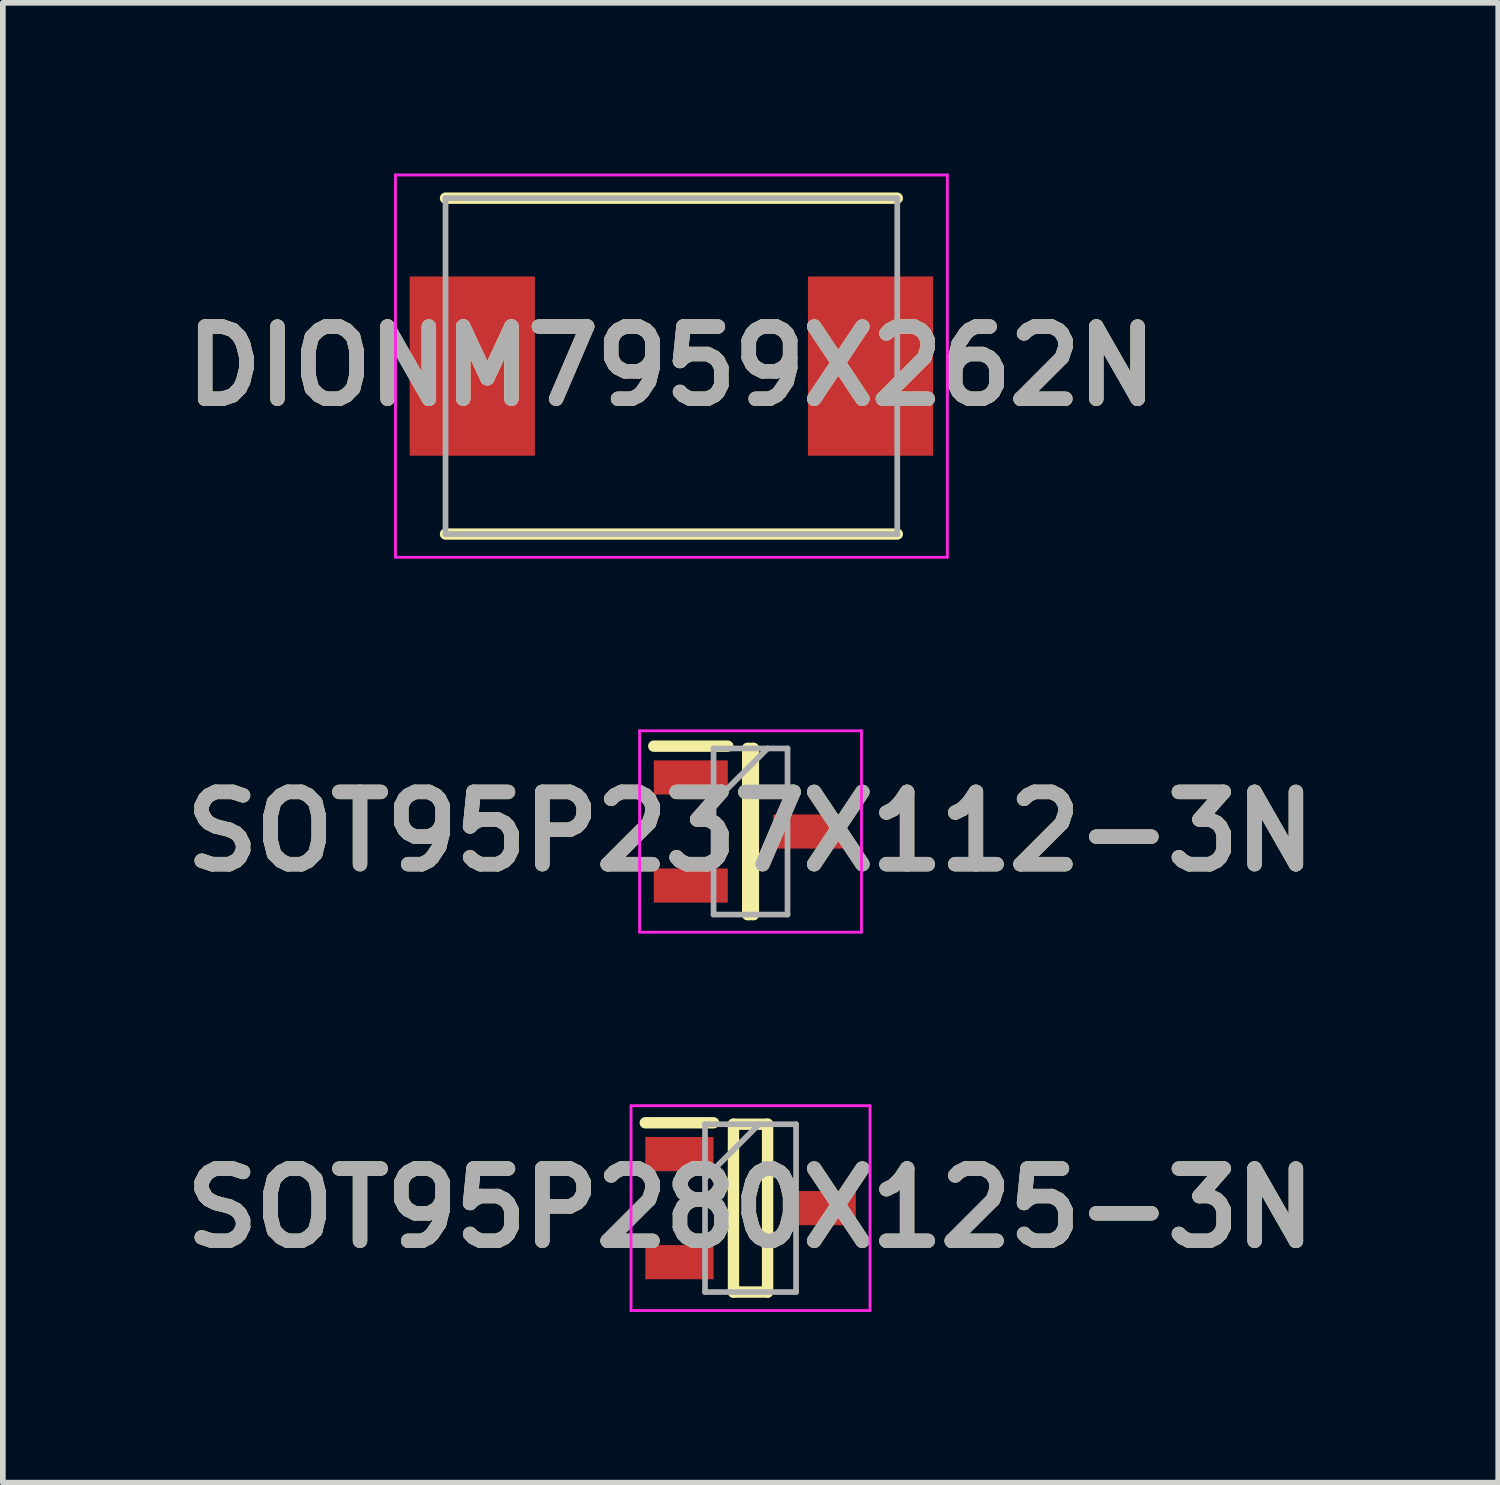
<source format=kicad_pcb>
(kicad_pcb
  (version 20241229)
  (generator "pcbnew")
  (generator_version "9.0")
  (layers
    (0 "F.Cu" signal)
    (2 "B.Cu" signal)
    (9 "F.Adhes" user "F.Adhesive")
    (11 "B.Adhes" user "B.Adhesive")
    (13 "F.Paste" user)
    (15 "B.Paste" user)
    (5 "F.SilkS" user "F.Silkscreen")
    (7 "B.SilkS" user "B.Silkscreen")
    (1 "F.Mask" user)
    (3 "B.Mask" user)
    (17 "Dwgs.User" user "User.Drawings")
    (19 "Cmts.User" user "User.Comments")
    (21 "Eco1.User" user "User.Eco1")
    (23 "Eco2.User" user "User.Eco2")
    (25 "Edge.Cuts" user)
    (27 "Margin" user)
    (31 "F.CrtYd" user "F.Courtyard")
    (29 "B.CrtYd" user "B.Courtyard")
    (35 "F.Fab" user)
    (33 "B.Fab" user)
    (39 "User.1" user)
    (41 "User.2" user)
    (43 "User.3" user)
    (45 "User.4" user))
  (footprint "SOT95P237X112-3N"
    (layer "F.Cu")
    (at 10.142 11.565)
    (property "Reference" "SOT95P237X112-3N" (at 0 0 0) (layer "F.SilkS") (effects (font (size 1.27 1.27) (thickness 0.254))))
    (attr smd)
    (fp_line (start -1.7 -1.5) (end -0.4 -1.5) (stroke (width 0.2) (type solid)) (layer "F.SilkS"))
    (fp_line (start -0.05 -1.46) (end 0.05 -1.46) (stroke (width 0.2) (type solid)) (layer "F.SilkS"))
    (fp_line (start -0.05 1.46) (end -0.05 -1.46) (stroke (width 0.2) (type solid)) (layer "F.SilkS"))
    (fp_line (start 0.05 -1.46) (end 0.05 1.46) (stroke (width 0.2) (type solid)) (layer "F.SilkS"))
    (fp_line (start 0.05 1.46) (end -0.05 1.46) (stroke (width 0.2) (type solid)) (layer "F.SilkS"))
    (fp_line (start -1.95 -1.77) (end 1.95 -1.77) (stroke (width 0.05) (type solid)) (layer "F.CrtYd"))
    (fp_line (start -1.95 1.77) (end -1.95 -1.77) (stroke (width 0.05) (type solid)) (layer "F.CrtYd"))
    (fp_line (start 1.95 -1.77) (end 1.95 1.77) (stroke (width 0.05) (type solid)) (layer "F.CrtYd"))
    (fp_line (start 1.95 1.77) (end -1.95 1.77) (stroke (width 0.05) (type solid)) (layer "F.CrtYd"))
    (fp_line (start -0.65 -1.46) (end 0.65 -1.46) (stroke (width 0.1) (type solid)) (layer "F.Fab"))
    (fp_line (start -0.65 -0.51) (end 0.3 -1.46) (stroke (width 0.1) (type solid)) (layer "F.Fab"))
    (fp_line (start -0.65 1.46) (end -0.65 -1.46) (stroke (width 0.1) (type solid)) (layer "F.Fab"))
    (fp_line (start 0.65 -1.46) (end 0.65 1.46) (stroke (width 0.1) (type solid)) (layer "F.Fab"))
    (fp_line (start 0.65 1.46) (end -0.65 1.46) (stroke (width 0.1) (type solid)) (layer "F.Fab"))
    (fp_text user "${REFERENCE}" (at 0 0 0) (layer "F.Fab") (effects (font (size 1.27 1.27) (thickness 0.254))))
    (pad "1" smd rect (at -1.05 -0.95 90) (size 0.6 1.3) (layers "F.Cu" "F.Mask" "F.Paste"))
    (pad "2" smd rect (at -1.05 0.95 90) (size 0.6 1.3) (layers "F.Cu" "F.Mask" "F.Paste"))
    (pad "3" smd rect (at 1.05 0 90) (size 0.6 1.3) (layers "F.Cu" "F.Mask" "F.Paste")))
  (footprint "SOT95P280X125-3N"
    (layer "F.Cu")
    (at 10.142 18.185)
    (property "Reference" "SOT95P280X125-3N" (at 0 0 0) (layer "F.SilkS") (effects (font (size 1.27 1.27) (thickness 0.254))))
    (attr smd)
    (fp_line (start -1.85 -1.5) (end -0.65 -1.5) (stroke (width 0.2) (type solid)) (layer "F.SilkS"))
    (fp_line (start -0.3 -1.475) (end 0.3 -1.475) (stroke (width 0.2) (type solid)) (layer "F.SilkS"))
    (fp_line (start -0.3 1.475) (end -0.3 -1.475) (stroke (width 0.2) (type solid)) (layer "F.SilkS"))
    (fp_line (start 0.3 -1.475) (end 0.3 1.475) (stroke (width 0.2) (type solid)) (layer "F.SilkS"))
    (fp_line (start 0.3 1.475) (end -0.3 1.475) (stroke (width 0.2) (type solid)) (layer "F.SilkS"))
    (fp_line (start -2.1 -1.8) (end 2.1 -1.8) (stroke (width 0.05) (type solid)) (layer "F.CrtYd"))
    (fp_line (start -2.1 1.8) (end -2.1 -1.8) (stroke (width 0.05) (type solid)) (layer "F.CrtYd"))
    (fp_line (start 2.1 -1.8) (end 2.1 1.8) (stroke (width 0.05) (type solid)) (layer "F.CrtYd"))
    (fp_line (start 2.1 1.8) (end -2.1 1.8) (stroke (width 0.05) (type solid)) (layer "F.CrtYd"))
    (fp_line (start -0.8 -1.475) (end 0.8 -1.475) (stroke (width 0.1) (type solid)) (layer "F.Fab"))
    (fp_line (start -0.8 -0.525) (end 0.15 -1.475) (stroke (width 0.1) (type solid)) (layer "F.Fab"))
    (fp_line (start -0.8 1.475) (end -0.8 -1.475) (stroke (width 0.1) (type solid)) (layer "F.Fab"))
    (fp_line (start 0.8 -1.475) (end 0.8 1.475) (stroke (width 0.1) (type solid)) (layer "F.Fab"))
    (fp_line (start 0.8 1.475) (end -0.8 1.475) (stroke (width 0.1) (type solid)) (layer "F.Fab"))
    (fp_text user "${REFERENCE}" (at 0 0 0) (layer "F.Fab") (effects (font (size 1.27 1.27) (thickness 0.254))))
    (pad "1" smd rect (at -1.25 -0.95 90) (size 0.6 1.2) (layers "F.Cu" "F.Mask" "F.Paste"))
    (pad "2" smd rect (at -1.25 0.95 90) (size 0.6 1.2) (layers "F.Cu" "F.Mask" "F.Paste"))
    (pad "3" smd rect (at 1.25 0 90) (size 0.6 1.2) (layers "F.Cu" "F.Mask" "F.Paste")))
  (footprint "DIONM7959X262N"
    (layer "F.Cu")
    (at 8.751 3.385)
    (property "Reference" "DIONM7959X262N" (at 0 0 0) (layer "F.SilkS") (effects (font (size 1.27 1.27) (thickness 0.254))))
    (attr smd)
    (fp_line (start -3.97 2.952) (end 3.97 2.952) (stroke (width 0.2) (type solid)) (layer "F.SilkS"))
    (fp_line (start 3.97 -2.952) (end -3.97 -2.952) (stroke (width 0.2) (type solid)) (layer "F.SilkS"))
    (fp_line (start -4.85 -3.36) (end 4.85 -3.36) (stroke (width 0.05) (type solid)) (layer "F.CrtYd"))
    (fp_line (start -4.85 3.36) (end -4.85 -3.36) (stroke (width 0.05) (type solid)) (layer "F.CrtYd"))
    (fp_line (start 4.85 -3.36) (end 4.85 3.36) (stroke (width 0.05) (type solid)) (layer "F.CrtYd"))
    (fp_line (start 4.85 3.36) (end -4.85 3.36) (stroke (width 0.05) (type solid)) (layer "F.CrtYd"))
    (fp_line (start -3.97 -2.952) (end 3.97 -2.952) (stroke (width 0.1) (type solid)) (layer "F.Fab"))
    (fp_line (start -3.97 2.952) (end -3.97 -2.952) (stroke (width 0.1) (type solid)) (layer "F.Fab"))
    (fp_line (start 3.97 -2.952) (end 3.97 2.952) (stroke (width 0.1) (type solid)) (layer "F.Fab"))
    (fp_line (start 3.97 2.952) (end -3.97 2.952) (stroke (width 0.1) (type solid)) (layer "F.Fab"))
    (fp_text user "${REFERENCE}" (at 0 0 0) (layer "F.Fab") (effects (font (size 1.27 1.27) (thickness 0.254))))
    (pad "1" smd rect (at -3.5 0) (size 2.2 3.15) (layers "F.Cu" "F.Mask" "F.Paste"))
    (pad "2" smd rect (at 3.5 0) (size 2.2 3.15) (layers "F.Cu" "F.Mask" "F.Paste")))
  (gr_rect
    (start -3 -3)
    (end 23.284 23.01)
    (stroke (width 0.1) (type default))
    (fill no)
    (layer "Edge.Cuts")))
</source>
